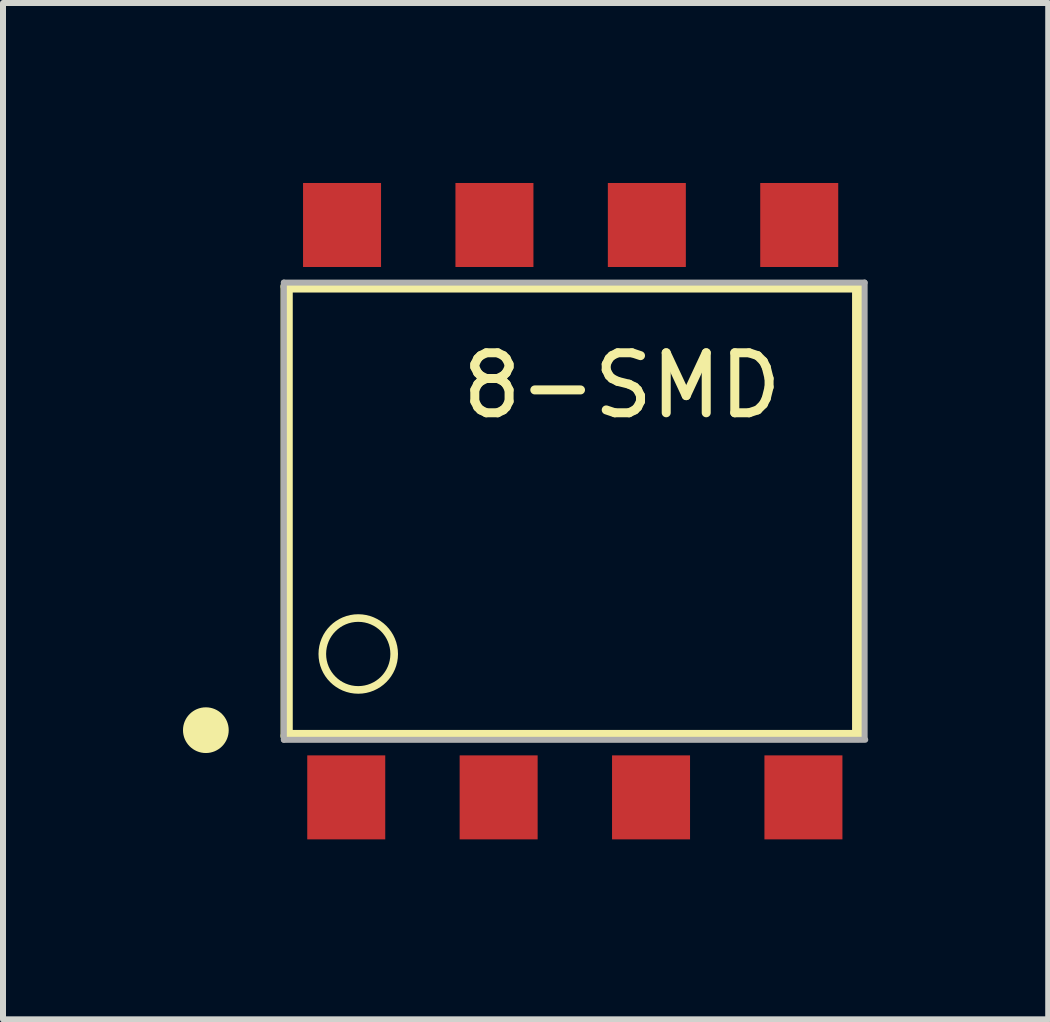
<source format=kicad_pcb>
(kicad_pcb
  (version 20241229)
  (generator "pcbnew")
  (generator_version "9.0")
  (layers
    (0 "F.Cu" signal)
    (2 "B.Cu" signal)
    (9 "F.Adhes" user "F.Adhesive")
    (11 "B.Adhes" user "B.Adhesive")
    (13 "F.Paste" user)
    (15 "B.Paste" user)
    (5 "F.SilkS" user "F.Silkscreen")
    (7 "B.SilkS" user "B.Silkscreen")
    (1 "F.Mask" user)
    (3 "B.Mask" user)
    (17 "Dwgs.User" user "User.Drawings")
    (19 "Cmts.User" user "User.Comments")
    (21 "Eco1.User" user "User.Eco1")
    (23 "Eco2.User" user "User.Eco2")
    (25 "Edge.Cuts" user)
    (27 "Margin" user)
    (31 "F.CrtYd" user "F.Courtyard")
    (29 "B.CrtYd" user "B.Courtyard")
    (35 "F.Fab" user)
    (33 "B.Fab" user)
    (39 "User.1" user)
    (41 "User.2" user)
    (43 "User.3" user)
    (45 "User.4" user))
  (footprint "8-SMD"
    (layer "F.Cu")
    (at 6.681 5.28)
    (property "Reference" "8-SMD" (at 0.635 -1.905 0) (layer "F.SilkS") (effects (font (size 1 1) (thickness 0.15))))
    (attr through_hole)
    (fp_line (start -4.953 -3.556) (end 4.572 -3.556) (stroke (width 0.203) (type solid)) (layer "F.SilkS"))
    (fp_line (start -4.953 3.937) (end -4.953 -3.556) (stroke (width 0.203) (type solid)) (layer "F.SilkS"))
    (fp_line (start 4.572 -3.556) (end 4.572 3.937) (stroke (width 0.203) (type solid)) (layer "F.SilkS"))
    (fp_line (start 4.572 3.937) (end -4.953 3.937) (stroke (width 0.203) (type solid)) (layer "F.SilkS"))
    (fp_circle (center -6.3 3.84) (end -5.919 3.84) (stroke (width 0) (type solid)) (fill yes) (layer "F.SilkS"))
    (fp_circle (center -3.76 2.57) (end -3.161 2.57) (stroke (width 0.127) (type solid)) (fill no) (layer "F.SilkS"))
    (fp_line (start -5 -3.62) (end 4.68 -3.62) (stroke (width 0.1) (type solid)) (layer "F.Fab"))
    (fp_line (start -5 4) (end -5 -3.62) (stroke (width 0.1) (type solid)) (layer "F.Fab"))
    (fp_line (start -5 4) (end 4.69 4) (stroke (width 0.1) (type solid)) (layer "F.Fab"))
    (fp_line (start 4.68 -3.62) (end 4.68 3.98) (stroke (width 0.1) (type solid)) (layer "F.Fab"))
    (pad "1" smd rect (at -3.96 4.96) (size 1.3 1.4) (layers "F.Cu" "F.Mask" "F.Paste"))
    (pad "2" smd rect (at -1.42 4.96) (size 1.3 1.4) (layers "F.Cu" "F.Mask" "F.Paste"))
    (pad "3" smd rect (at 1.12 4.96) (size 1.3 1.4) (layers "F.Cu" "F.Mask" "F.Paste"))
    (pad "4" smd rect (at 3.66 4.96) (size 1.3 1.4) (layers "F.Cu" "F.Mask" "F.Paste"))
    (pad "5" smd rect (at 3.59 -4.58) (size 1.3 1.4) (layers "F.Cu" "F.Mask" "F.Paste"))
    (pad "6" smd rect (at 1.05 -4.58) (size 1.3 1.4) (layers "F.Cu" "F.Mask" "F.Paste"))
    (pad "7" smd rect (at -1.49 -4.58) (size 1.3 1.4) (layers "F.Cu" "F.Mask" "F.Paste"))
    (pad "8" smd rect (at -4.03 -4.58) (size 1.3 1.4) (layers "F.Cu" "F.Mask" "F.Paste")))
  (gr_rect
    (start -3 -3)
    (end 14.421 13.94)
    (stroke (width 0.1) (type default))
    (fill no)
    (layer "Edge.Cuts")))
</source>
